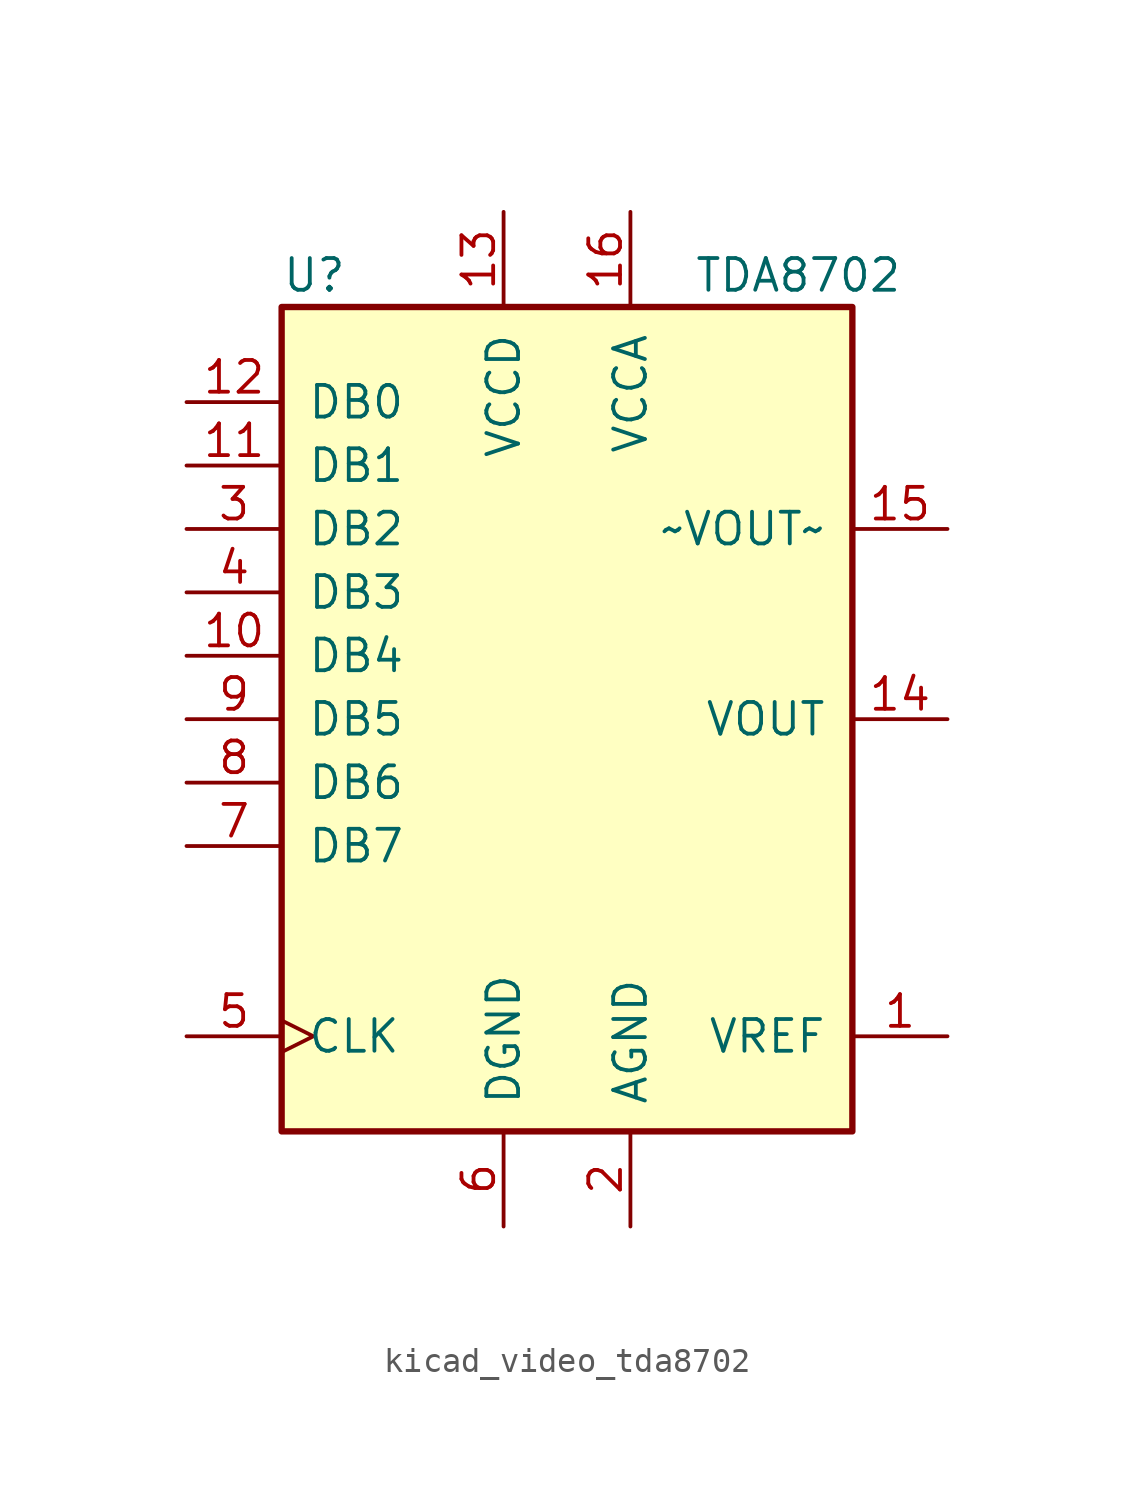
<source format=kicad_sym>
(kicad_symbol_lib
  (version 20220914)
  (generator kicad_symbol_editor)
  (symbol "kicad_video_tda8702"
    (pin_names
      (offset 1.016))
    (property "Reference" "U"
      (at -11.43 17.78 0)
      (effects (font (size 1.27 1.27)) (justify left)))
    (property "Value" "TDA8702"
      (at 5.08 17.78 0)
      (effects (font (size 1.27 1.27)) (justify left)))
    (symbol "kicad_video_tda8702_0_1"
      (rectangle (start -11.43 16.51) (end 11.43 -16.51) (stroke (width 0.254) (type default)) (fill (type background))))
    (symbol "kicad_video_tda8702_1_1"
      (pin bidirectional line (at 15.24 -12.7 180) (length 3.81) (name "VREF" (effects (font (size 1.27 1.27)))) (number "1" (effects (font (size 1.27 1.27)))))
      (pin input line (at -15.24 2.54 0) (length 3.81) (name "DB4" (effects (font (size 1.27 1.27)))) (number "10" (effects (font (size 1.27 1.27)))))
      (pin input line (at -15.24 10.16 0) (length 3.81) (name "DB1" (effects (font (size 1.27 1.27)))) (number "11" (effects (font (size 1.27 1.27)))))
      (pin input line (at -15.24 12.7 0) (length 3.81) (name "DB0" (effects (font (size 1.27 1.27)))) (number "12" (effects (font (size 1.27 1.27)))))
      (pin power_in line (at -2.54 20.32 270) (length 3.81) (name "VCCD" (effects (font (size 1.27 1.27)))) (number "13" (effects (font (size 1.27 1.27)))))
      (pin output line (at 15.24 0 180) (length 3.81) (name "VOUT" (effects (font (size 1.27 1.27)))) (number "14" (effects (font (size 1.27 1.27)))))
      (pin output line (at 15.24 7.62 180) (length 3.81) (name "~VOUT~" (effects (font (size 1.27 1.27)))) (number "15" (effects (font (size 1.27 1.27)))))
      (pin power_in line (at 2.54 20.32 270) (length 3.81) (name "VCCA" (effects (font (size 1.27 1.27)))) (number "16" (effects (font (size 1.27 1.27)))))
      (pin power_in line (at 2.54 -20.32 90) (length 3.81) (name "AGND" (effects (font (size 1.27 1.27)))) (number "2" (effects (font (size 1.27 1.27)))))
      (pin input line (at -15.24 7.62 0) (length 3.81) (name "DB2" (effects (font (size 1.27 1.27)))) (number "3" (effects (font (size 1.27 1.27)))))
      (pin input line (at -15.24 5.08 0) (length 3.81) (name "DB3" (effects (font (size 1.27 1.27)))) (number "4" (effects (font (size 1.27 1.27)))))
      (pin input clock (at -15.24 -12.7 0) (length 3.81) (name "CLK" (effects (font (size 1.27 1.27)))) (number "5" (effects (font (size 1.27 1.27)))))
      (pin power_in line (at -2.54 -20.32 90) (length 3.81) (name "DGND" (effects (font (size 1.27 1.27)))) (number "6" (effects (font (size 1.27 1.27)))))
      (pin input line (at -15.24 -5.08 0) (length 3.81) (name "DB7" (effects (font (size 1.27 1.27)))) (number "7" (effects (font (size 1.27 1.27)))))
      (pin input line (at -15.24 -2.54 0) (length 3.81) (name "DB6" (effects (font (size 1.27 1.27)))) (number "8" (effects (font (size 1.27 1.27)))))
      (pin input line (at -15.24 0 0) (length 3.81) (name "DB5" (effects (font (size 1.27 1.27)))) (number "9" (effects (font (size 1.27 1.27))))))))
</source>
